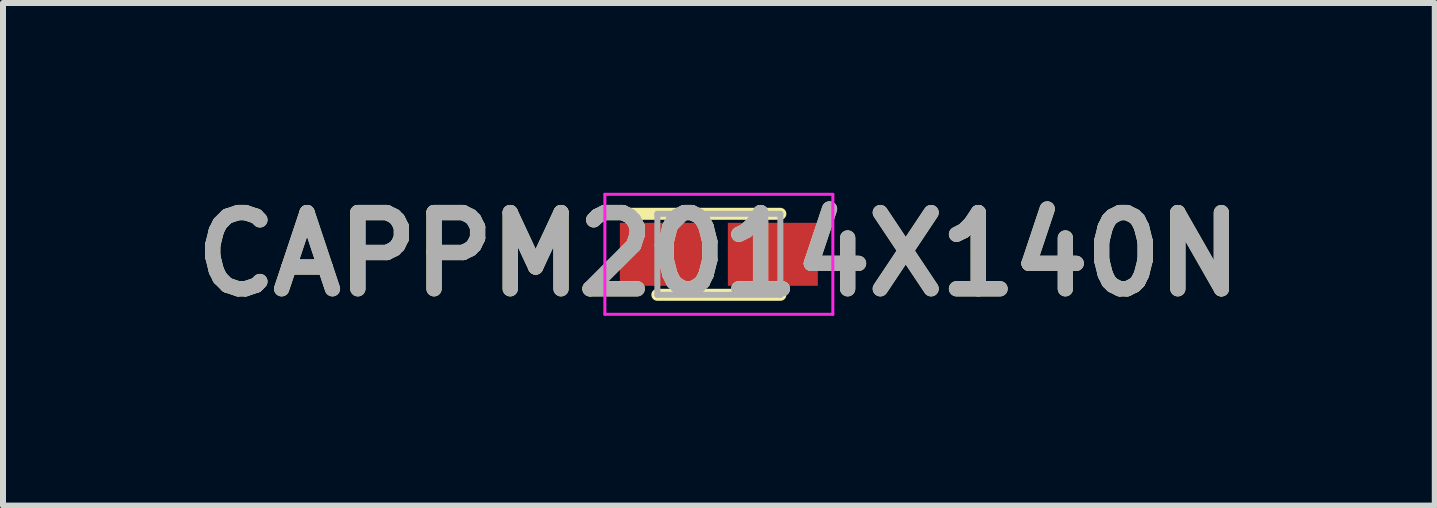
<source format=kicad_pcb>
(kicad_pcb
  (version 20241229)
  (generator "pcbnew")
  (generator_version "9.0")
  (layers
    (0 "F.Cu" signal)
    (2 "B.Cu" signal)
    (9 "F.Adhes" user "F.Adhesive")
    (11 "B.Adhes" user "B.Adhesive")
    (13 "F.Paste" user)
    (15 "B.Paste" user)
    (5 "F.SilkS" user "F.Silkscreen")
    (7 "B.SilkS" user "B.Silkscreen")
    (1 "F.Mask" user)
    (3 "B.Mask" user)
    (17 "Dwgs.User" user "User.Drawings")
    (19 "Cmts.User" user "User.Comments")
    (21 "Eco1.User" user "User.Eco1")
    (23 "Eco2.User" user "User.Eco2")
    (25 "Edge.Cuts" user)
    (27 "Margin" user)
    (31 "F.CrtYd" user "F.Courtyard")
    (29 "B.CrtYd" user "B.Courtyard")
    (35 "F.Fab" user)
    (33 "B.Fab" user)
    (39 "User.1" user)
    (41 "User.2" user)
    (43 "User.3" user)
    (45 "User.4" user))
  (footprint "CAPPM2014X140N"
    (layer "F.Cu")
    (at 8.932 1.189)
    (property "Reference" "CAPPM2014X140N" (at 0 0 0) (layer "F.SilkS") (effects (font (size 1.27 1.27) (thickness 0.254))))
    (attr smd)
    (fp_line (start -1.025 0.675) (end 1.025 0.675) (stroke (width 0.2) (type solid)) (layer "F.SilkS"))
    (fp_line (start 1.025 -0.675) (end -1.65 -0.675) (stroke (width 0.2) (type solid)) (layer "F.SilkS"))
    (fp_line (start -1.9 -1) (end 1.9 -1) (stroke (width 0.05) (type solid)) (layer "F.CrtYd"))
    (fp_line (start -1.9 1) (end -1.9 -1) (stroke (width 0.05) (type solid)) (layer "F.CrtYd"))
    (fp_line (start 1.9 -1) (end 1.9 1) (stroke (width 0.05) (type solid)) (layer "F.CrtYd"))
    (fp_line (start 1.9 1) (end -1.9 1) (stroke (width 0.05) (type solid)) (layer "F.CrtYd"))
    (fp_line (start -1.025 -0.675) (end 1.025 -0.675) (stroke (width 0.1) (type solid)) (layer "F.Fab"))
    (fp_line (start -1.025 -0.15) (end -0.5 -0.675) (stroke (width 0.1) (type solid)) (layer "F.Fab"))
    (fp_line (start -1.025 0.675) (end -1.025 -0.675) (stroke (width 0.1) (type solid)) (layer "F.Fab"))
    (fp_line (start 1.025 -0.675) (end 1.025 0.675) (stroke (width 0.1) (type solid)) (layer "F.Fab"))
    (fp_line (start 1.025 0.675) (end -1.025 0.675) (stroke (width 0.1) (type solid)) (layer "F.Fab"))
    (fp_text user "${REFERENCE}" (at 0 0 0) (layer "F.Fab") (effects (font (size 1.27 1.27) (thickness 0.254))))
    (pad "1" smd rect (at -0.9 0 90) (size 1.05 1.5) (layers "F.Cu" "F.Mask" "F.Paste"))
    (pad "2" smd rect (at 0.9 0 90) (size 1.05 1.5) (layers "F.Cu" "F.Mask" "F.Paste")))
  (gr_rect
    (start -3 -3)
    (end 20.865 5.377)
    (stroke (width 0.1) (type default))
    (fill no)
    (layer "Edge.Cuts")))
</source>
